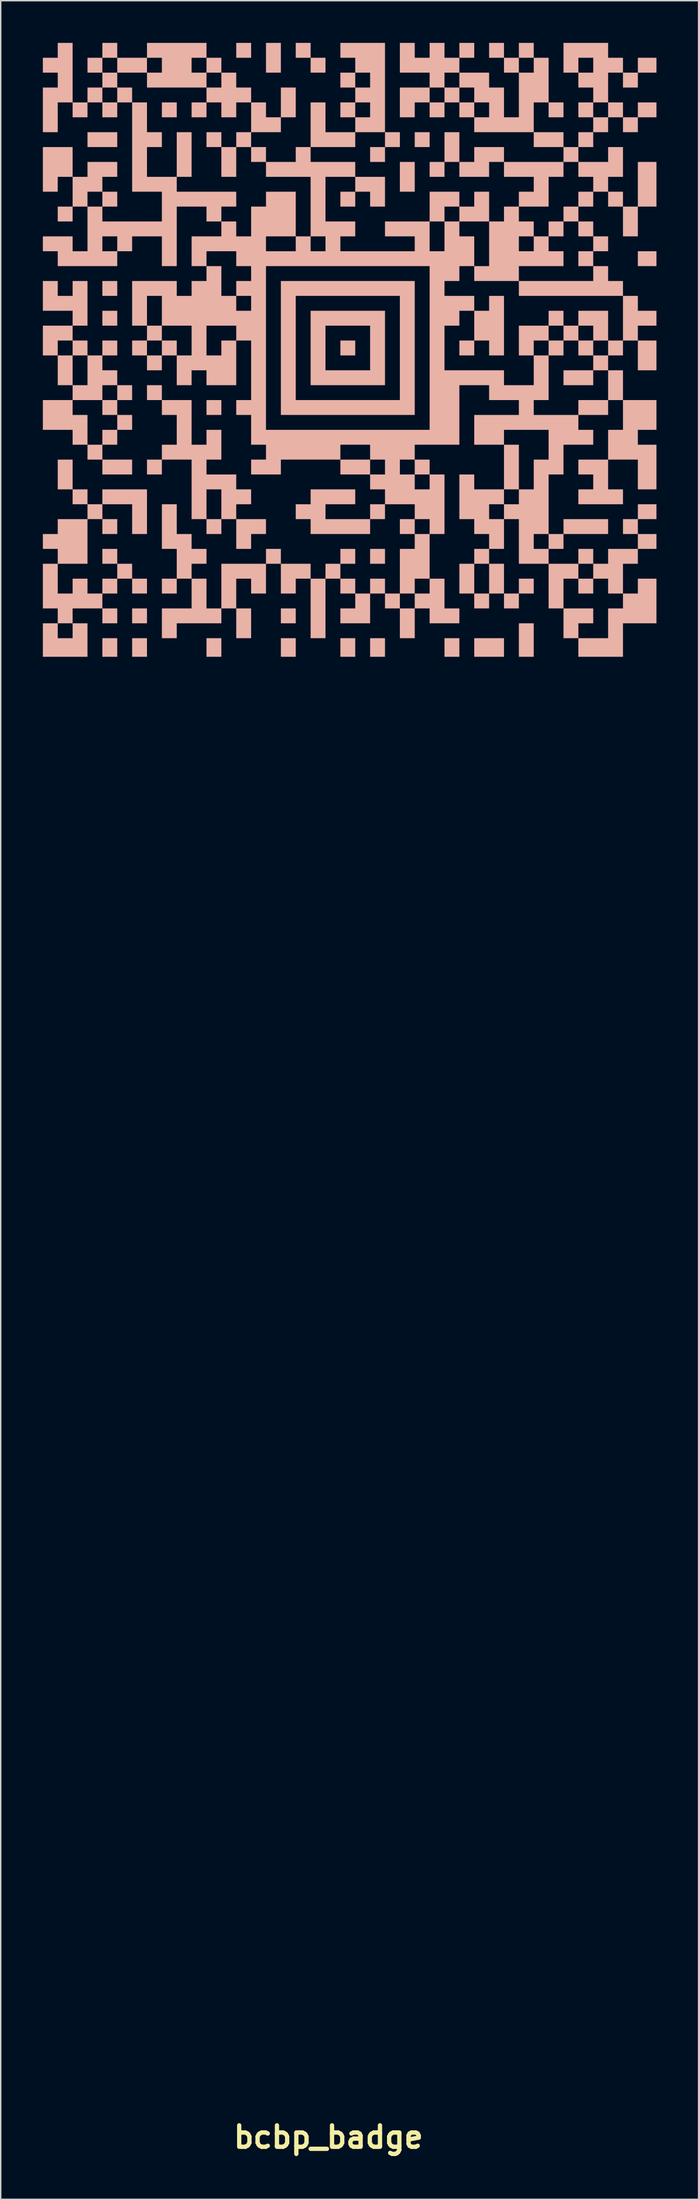
<source format=kicad_pcb>
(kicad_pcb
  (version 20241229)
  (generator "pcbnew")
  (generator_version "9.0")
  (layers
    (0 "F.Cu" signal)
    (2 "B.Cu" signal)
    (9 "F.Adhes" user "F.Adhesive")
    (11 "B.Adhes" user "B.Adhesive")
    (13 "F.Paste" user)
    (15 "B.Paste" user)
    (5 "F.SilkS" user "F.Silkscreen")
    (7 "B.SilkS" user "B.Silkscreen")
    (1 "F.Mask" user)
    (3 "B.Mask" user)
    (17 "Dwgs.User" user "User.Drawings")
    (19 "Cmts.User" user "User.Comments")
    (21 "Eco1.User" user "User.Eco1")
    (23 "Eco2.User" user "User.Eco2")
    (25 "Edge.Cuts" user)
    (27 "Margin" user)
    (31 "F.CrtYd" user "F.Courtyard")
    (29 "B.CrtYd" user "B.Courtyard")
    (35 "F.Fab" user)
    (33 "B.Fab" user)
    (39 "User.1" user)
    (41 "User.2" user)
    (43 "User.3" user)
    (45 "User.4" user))
  (footprint "bcbp_badge"
    (layer "F.Cu")
    (at 20.32 21.378)
    (property "Reference" "bcbp_badge" (at 0 127.545 0) (layer "F.SilkS") (effects (font (size 1.524 1.524) (thickness 0.305))))
    (attr exclude_from_pos_files exclude_from_bom)
    (fp_poly (pts (xy -16.087 -13.97) (xy -17.145 -13.97) (xy -17.145 -14.499) (xy -17.145 -15.028) (xy -16.087 -15.028) (xy -15.028 -15.028) (xy -15.028 -14.499) (xy -15.028 -13.97) (xy -16.087 -13.97)) (stroke (width 0) (type solid)) (fill yes) (layer "B.SilkS"))
    (fp_poly (pts (xy -15.557 -3.387) (xy -16.087 -3.387) (xy -16.087 -3.916) (xy -16.087 -4.445) (xy -15.557 -4.445) (xy -15.028 -4.445) (xy -15.028 -3.916) (xy -15.028 -3.387) (xy -15.557 -3.387)) (stroke (width 0) (type solid)) (fill yes) (layer "B.SilkS"))
    (fp_poly (pts (xy -15.557 -1.27) (xy -16.087 -1.27) (xy -16.087 -1.799) (xy -16.087 -2.328) (xy -15.557 -2.328) (xy -15.028 -2.328) (xy -15.028 -1.799) (xy -15.028 -1.27) (xy -15.557 -1.27)) (stroke (width 0) (type solid)) (fill yes) (layer "B.SilkS"))
    (fp_poly (pts (xy -15.557 22.278) (xy -16.087 22.278) (xy -16.087 21.616) (xy -16.087 20.955) (xy -15.557 20.955) (xy -15.028 20.955) (xy -15.028 21.616) (xy -15.028 22.278) (xy -15.557 22.278)) (stroke (width 0) (type solid)) (fill yes) (layer "B.SilkS"))
    (fp_poly (pts (xy -13.441 19.897) (xy -13.97 19.897) (xy -13.97 19.367) (xy -13.97 18.838) (xy -13.441 18.838) (xy -12.912 18.838) (xy -12.912 19.367) (xy -12.912 19.897) (xy -13.441 19.897)) (stroke (width 0) (type solid)) (fill yes) (layer "B.SilkS"))
    (fp_poly (pts (xy -13.441 22.278) (xy -13.97 22.278) (xy -13.97 21.616) (xy -13.97 20.955) (xy -13.441 20.955) (xy -12.912 20.955) (xy -12.912 21.616) (xy -12.912 22.278) (xy -13.441 22.278)) (stroke (width 0) (type solid)) (fill yes) (layer "B.SilkS"))
    (fp_poly (pts (xy -11.324 -16.087) (xy -11.853 -16.087) (xy -11.853 -16.616) (xy -11.853 -17.145) (xy -11.324 -17.145) (xy -10.795 -17.145) (xy -10.795 -16.616) (xy -10.795 -16.087) (xy -11.324 -16.087)) (stroke (width 0) (type solid)) (fill yes) (layer "B.SilkS"))
    (fp_poly (pts (xy -10.266 -11.853) (xy -10.795 -11.853) (xy -10.795 -13.441) (xy -10.795 -15.028) (xy -10.266 -15.028) (xy -9.737 -15.028) (xy -9.737 -13.441) (xy -9.737 -11.853) (xy -10.266 -11.853)) (stroke (width 0) (type solid)) (fill yes) (layer "B.SilkS"))
    (fp_poly (pts (xy -9.207 -16.087) (xy -9.737 -16.087) (xy -9.737 -16.616) (xy -9.737 -17.145) (xy -9.207 -17.145) (xy -8.678 -17.145) (xy -8.678 -16.616) (xy -8.678 -16.087) (xy -9.207 -16.087)) (stroke (width 0) (type solid)) (fill yes) (layer "B.SilkS"))
    (fp_poly (pts (xy -8.149 5.08) (xy -8.678 5.08) (xy -8.678 4.551) (xy -8.678 4.022) (xy -8.149 4.022) (xy -7.62 4.022) (xy -7.62 4.551) (xy -7.62 5.08) (xy -8.149 5.08)) (stroke (width 0) (type solid)) (fill yes) (layer "B.SilkS"))
    (fp_poly (pts (xy -8.149 22.278) (xy -8.678 22.278) (xy -8.678 21.616) (xy -8.678 20.955) (xy -8.149 20.955) (xy -7.62 20.955) (xy -7.62 21.616) (xy -7.62 22.278) (xy -8.149 22.278)) (stroke (width 0) (type solid)) (fill yes) (layer "B.SilkS"))
    (fp_poly (pts (xy -6.032 -20.32) (xy -6.562 -20.32) (xy -6.562 -20.849) (xy -6.562 -21.378) (xy -6.032 -21.378) (xy -5.503 -21.378) (xy -5.503 -20.849) (xy -5.503 -20.32) (xy -6.032 -20.32)) (stroke (width 0) (type solid)) (fill yes) (layer "B.SilkS"))
    (fp_poly (pts (xy -3.916 -19.262) (xy -4.445 -19.262) (xy -4.445 -20.32) (xy -4.445 -21.378) (xy -3.916 -21.378) (xy -3.387 -21.378) (xy -3.387 -20.32) (xy -3.387 -19.262) (xy -3.916 -19.262)) (stroke (width 0) (type solid)) (fill yes) (layer "B.SilkS"))
    (fp_poly (pts (xy -2.857 19.897) (xy -3.387 19.897) (xy -3.387 19.367) (xy -3.387 18.838) (xy -2.857 18.838) (xy -2.328 18.838) (xy -2.328 19.367) (xy -2.328 19.897) (xy -2.857 19.897)) (stroke (width 0) (type solid)) (fill yes) (layer "B.SilkS"))
    (fp_poly (pts (xy -2.857 22.278) (xy -3.387 22.278) (xy -3.387 21.616) (xy -3.387 20.955) (xy -2.857 20.955) (xy -2.328 20.955) (xy -2.328 21.616) (xy -2.328 22.278) (xy -2.857 22.278)) (stroke (width 0) (type solid)) (fill yes) (layer "B.SilkS"))
    (fp_poly (pts (xy 1.376 0.847) (xy 0.847 0.847) (xy 0.847 0.318) (xy 0.847 -0.212) (xy 1.376 -0.212) (xy 1.905 -0.212) (xy 1.905 0.318) (xy 1.905 0.847) (xy 1.376 0.847)) (stroke (width 0) (type solid)) (fill yes) (layer "B.SilkS"))
    (fp_poly (pts (xy 1.376 22.278) (xy 0.847 22.278) (xy 0.847 21.616) (xy 0.847 20.955) (xy 1.376 20.955) (xy 1.905 20.955) (xy 1.905 21.616) (xy 1.905 22.278) (xy 1.376 22.278)) (stroke (width 0) (type solid)) (fill yes) (layer "B.SilkS"))
    (fp_poly (pts (xy 3.493 15.663) (xy 2.963 15.663) (xy 2.963 15.134) (xy 2.963 14.605) (xy 3.493 14.605) (xy 4.022 14.605) (xy 4.022 15.134) (xy 4.022 15.663) (xy 3.493 15.663)) (stroke (width 0) (type solid)) (fill yes) (layer "B.SilkS"))
    (fp_poly (pts (xy 3.493 22.278) (xy 2.963 22.278) (xy 2.963 21.616) (xy 2.963 20.955) (xy 3.493 20.955) (xy 4.022 20.955) (xy 4.022 21.616) (xy 4.022 22.278) (xy 3.493 22.278)) (stroke (width 0) (type solid)) (fill yes) (layer "B.SilkS"))
    (fp_poly (pts (xy 5.609 -10.795) (xy 5.08 -10.795) (xy 5.08 -11.853) (xy 5.08 -12.912) (xy 5.609 -12.912) (xy 6.138 -12.912) (xy 6.138 -11.853) (xy 6.138 -10.795) (xy 5.609 -10.795)) (stroke (width 0) (type solid)) (fill yes) (layer "B.SilkS"))
    (fp_poly (pts (xy 6.668 -13.97) (xy 6.138 -13.97) (xy 6.138 -14.499) (xy 6.138 -15.028) (xy 6.668 -15.028) (xy 7.197 -15.028) (xy 7.197 -14.499) (xy 7.197 -13.97) (xy 6.668 -13.97)) (stroke (width 0) (type solid)) (fill yes) (layer "B.SilkS"))
    (fp_poly (pts (xy 8.784 22.278) (xy 8.255 22.278) (xy 8.255 21.616) (xy 8.255 20.955) (xy 8.784 20.955) (xy 9.313 20.955) (xy 9.313 21.616) (xy 9.313 22.278) (xy 8.784 22.278)) (stroke (width 0) (type solid)) (fill yes) (layer "B.SilkS"))
    (fp_poly (pts (xy 11.43 22.278) (xy 10.372 22.278) (xy 10.372 21.616) (xy 10.372 20.955) (xy 11.43 20.955) (xy 12.488 20.955) (xy 12.488 21.616) (xy 12.488 22.278) (xy 11.43 22.278)) (stroke (width 0) (type solid)) (fill yes) (layer "B.SilkS"))
    (fp_poly (pts (xy 14.076 22.278) (xy 13.547 22.278) (xy 13.547 21.087) (xy 13.547 19.897) (xy 14.076 19.897) (xy 14.605 19.897) (xy 14.605 21.087) (xy 14.605 22.278) (xy 14.076 22.278)) (stroke (width 0) (type solid)) (fill yes) (layer "B.SilkS"))
    (fp_poly (pts (xy 16.193 -7.62) (xy 15.663 -7.62) (xy 15.663 -8.149) (xy 15.663 -8.678) (xy 16.193 -8.678) (xy 16.722 -8.678) (xy 16.722 -8.149) (xy 16.722 -7.62) (xy 16.193 -7.62)) (stroke (width 0) (type solid)) (fill yes) (layer "B.SilkS"))
    (fp_poly (pts (xy 17.78 2.963) (xy 16.722 2.963) (xy 16.722 2.434) (xy 16.722 1.905) (xy 17.78 1.905) (xy 18.838 1.905) (xy 18.838 2.434) (xy 18.838 2.963) (xy 17.78 2.963)) (stroke (width 0) (type solid)) (fill yes) (layer "B.SilkS"))
    (fp_poly (pts (xy 18.309 17.78) (xy 17.78 17.78) (xy 17.78 17.251) (xy 17.78 16.722) (xy 18.309 16.722) (xy 18.838 16.722) (xy 18.838 17.251) (xy 18.838 17.78) (xy 18.309 17.78)) (stroke (width 0) (type solid)) (fill yes) (layer "B.SilkS"))
    (fp_poly (pts (xy 22.675 -5.503) (xy 22.013 -5.503) (xy 22.013 -6.032) (xy 22.013 -6.562) (xy 22.675 -6.562) (xy 23.336 -6.562) (xy 23.336 -6.032) (xy 23.336 -5.503) (xy 22.675 -5.503)) (stroke (width 0) (type solid)) (fill yes) (layer "B.SilkS"))
    (fp_poly (pts (xy -7.091 -11.853) (xy -7.62 -11.853) (xy -7.62 -12.912) (xy -7.62 -13.97) (xy -8.149 -13.97) (xy -8.678 -13.97) (xy -8.678 -14.499) (xy -8.678 -15.028) (xy -8.149 -15.028) (xy -7.62 -15.028) (xy -7.62 -14.499) (xy -7.62 -13.97) (xy -7.091 -13.97) (xy -6.562 -13.97) (xy -6.562 -12.912) (xy -6.562 -11.853) (xy -7.091 -11.853)) (stroke (width 0) (type solid)) (fill yes) (layer "B.SilkS"))
    (fp_poly (pts (xy -0.741 -19.262) (xy -1.27 -19.262) (xy -1.27 -19.791) (xy -1.27 -20.32) (xy -1.799 -20.32) (xy -2.328 -20.32) (xy -2.328 -20.849) (xy -2.328 -21.378) (xy -1.799 -21.378) (xy -1.27 -21.378) (xy -1.27 -20.849) (xy -1.27 -20.32) (xy -0.741 -20.32) (xy -0.212 -20.32) (xy -0.212 -19.791) (xy -0.212 -19.262) (xy -0.741 -19.262)) (stroke (width 0) (type solid)) (fill yes) (layer "B.SilkS"))
    (fp_poly (pts (xy 1.376 2.963) (xy 1.376 1.905) (xy 2.963 1.905) (xy 2.963 0.318) (xy 2.963 -1.27) (xy 1.376 -1.27) (xy -0.212 -1.27) (xy -0.212 0.318) (xy -0.212 1.905) (xy 1.376 1.905) (xy 1.376 2.963) (xy -1.27 2.963) (xy -1.27 0.318) (xy -1.27 -2.328) (xy 1.376 -2.328) (xy 4.022 -2.328) (xy 4.022 0.318) (xy 4.022 2.963) (xy 1.376 2.963)) (stroke (width 0) (type solid)) (fill yes) (layer "B.SilkS"))
    (fp_poly (pts (xy 1.376 5.08) (xy 1.376 4.022) (xy 5.08 4.022) (xy 5.08 0.318) (xy 5.08 -3.387) (xy 1.376 -3.387) (xy -2.328 -3.387) (xy -2.328 0.318) (xy -2.328 4.022) (xy 1.376 4.022) (xy 1.376 5.08) (xy -3.387 5.08) (xy -3.387 0.318) (xy -3.387 -4.445) (xy 1.376 -4.445) (xy 6.138 -4.445) (xy 6.138 0.318) (xy 6.138 5.08) (xy 1.376 5.08)) (stroke (width 0) (type solid)) (fill yes) (layer "B.SilkS"))
    (fp_poly (pts (xy 9.843 0.847) (xy 9.313 0.847) (xy 9.313 0.318) (xy 9.313 -0.212) (xy 9.843 -0.212) (xy 10.372 -0.212) (xy 10.372 -1.27) (xy 10.372 -2.328) (xy 10.901 -2.328) (xy 11.43 -2.328) (xy 11.43 -2.857) (xy 11.43 -3.387) (xy 11.959 -3.387) (xy 12.488 -3.387) (xy 12.488 -1.27) (xy 12.488 0.847) (xy 11.959 0.847) (xy 11.43 0.847) (xy 11.43 0.318) (xy 11.43 -0.212) (xy 10.901 -0.212) (xy 10.372 -0.212) (xy 10.372 0.318) (xy 10.372 0.847) (xy 9.843 0.847)) (stroke (width 0) (type solid)) (fill yes) (layer "B.SilkS"))
    (fp_poly (pts (xy 14.076 0.847) (xy 13.547 0.847) (xy 13.547 -0.212) (xy 13.547 -1.27) (xy 14.605 -1.27) (xy 15.663 -1.27) (xy 15.663 -1.799) (xy 15.663 -2.328) (xy 16.193 -2.328) (xy 16.722 -2.328) (xy 16.722 -1.799) (xy 16.722 -1.27) (xy 17.251 -1.27) (xy 17.78 -1.27) (xy 17.78 -1.799) (xy 17.78 -2.328) (xy 18.838 -2.328) (xy 19.897 -2.328) (xy 19.897 -1.27) (xy 19.897 -0.212) (xy 19.368 -0.212) (xy 18.838 -0.212) (xy 18.838 0.318) (xy 18.838 0.847) (xy 18.309 0.847) (xy 18.309 -0.212) (xy 18.838 -0.212) (xy 18.838 -0.741) (xy 18.838 -1.27) (xy 18.309 -1.27) (xy 17.78 -1.27) (xy 17.78 -0.741) (xy 17.78 -0.212) (xy 18.309 -0.212) (xy 18.309 0.847) (xy 17.78 0.847) (xy 17.78 0.318) (xy 17.78 -0.212) (xy 17.251 -0.212) (xy 16.722 -0.212) (xy 16.722 0.318) (xy 16.722 0.847) (xy 16.193 0.847) (xy 16.193 -0.212) (xy 16.722 -0.212) (xy 16.722 -0.741) (xy 16.722 -1.27) (xy 16.193 -1.27) (xy 15.663 -1.27) (xy 15.663 -0.741) (xy 15.663 -0.212) (xy 16.193 -0.212) (xy 16.193 0.847) (xy 15.663 0.847) (xy 15.663 0.318) (xy 15.663 -0.212) (xy 15.134 -0.212) (xy 14.605 -0.212) (xy 14.605 0.318) (xy 14.605 0.847) (xy 14.076 0.847)) (stroke (width 0) (type solid)) (fill yes) (layer "B.SilkS"))
    (fp_poly (pts (xy -6.032 14.605) (xy -6.562 14.605) (xy -6.562 13.547) (xy -6.562 12.488) (xy -7.091 12.488) (xy -7.62 12.488) (xy -7.62 13.018) (xy -7.62 13.547) (xy -8.149 13.547) (xy -8.149 12.488) (xy -7.62 12.488) (xy -7.62 11.43) (xy -7.62 10.372) (xy -8.149 10.372) (xy -8.678 10.372) (xy -8.678 11.43) (xy -8.678 12.488) (xy -8.149 12.488) (xy -8.149 13.547) (xy -8.678 13.547) (xy -8.678 13.018) (xy -8.678 12.488) (xy -9.207 12.488) (xy -9.737 12.488) (xy -9.737 10.372) (xy -9.737 8.255) (xy -10.795 8.255) (xy -11.853 8.255) (xy -11.853 8.784) (xy -11.853 9.313) (xy -12.382 9.313) (xy -12.912 9.313) (xy -12.912 8.784) (xy -12.912 8.255) (xy -12.382 8.255) (xy -11.853 8.255) (xy -11.853 7.726) (xy -11.853 7.197) (xy -11.324 7.197) (xy -10.795 7.197) (xy -10.795 6.138) (xy -10.795 5.08) (xy -11.324 5.08) (xy -11.853 5.08) (xy -11.853 4.551) (xy -11.853 4.022) (xy -12.382 4.022) (xy -12.912 4.022) (xy -12.912 3.493) (xy -12.912 2.963) (xy -12.382 2.963) (xy -11.853 2.963) (xy -11.853 3.493) (xy -11.853 4.022) (xy -10.795 4.022) (xy -9.737 4.022) (xy -9.737 5.609) (xy -9.737 7.197) (xy -9.207 7.197) (xy -8.678 7.197) (xy -8.678 6.668) (xy -8.678 6.138) (xy -8.149 6.138) (xy -7.62 6.138) (xy -7.62 7.197) (xy -7.62 8.255) (xy -8.149 8.255) (xy -8.678 8.255) (xy -8.678 8.784) (xy -8.678 9.313) (xy -7.62 9.313) (xy -6.562 9.313) (xy -6.562 9.842) (xy -6.562 10.372) (xy -6.032 10.372) (xy -5.503 10.372) (xy -5.503 10.901) (xy -5.503 11.43) (xy -6.032 11.43) (xy -6.562 11.43) (xy -6.562 11.959) (xy -6.562 12.488) (xy -5.503 12.488) (xy -4.445 12.488) (xy -4.445 13.018) (xy -4.445 13.547) (xy -4.974 13.547) (xy -5.503 13.547) (xy -5.503 14.076) (xy -5.503 14.605) (xy -6.032 14.605)) (stroke (width 0) (type solid)) (fill yes) (layer "B.SilkS"))
    (fp_poly (pts (xy -15.028 9.313) (xy -16.087 9.313) (xy -16.087 8.784) (xy -16.087 8.255) (xy -16.616 8.255) (xy -17.145 8.255) (xy -17.145 7.726) (xy -17.145 7.197) (xy -16.616 7.197) (xy -16.087 7.197) (xy -16.087 6.668) (xy -16.087 6.138) (xy -15.557 6.138) (xy -15.028 6.138) (xy -15.028 5.609) (xy -15.028 5.08) (xy -15.557 5.08) (xy -16.087 5.08) (xy -16.087 4.551) (xy -16.087 4.022) (xy -15.557 4.022) (xy -15.028 4.022) (xy -15.028 3.493) (xy -15.028 2.963) (xy -15.557 2.963) (xy -16.087 2.963) (xy -16.087 3.493) (xy -16.087 4.022) (xy -17.145 4.022) (xy -17.674 4.022) (xy -17.674 2.963) (xy -17.145 2.963) (xy -17.145 1.905) (xy -17.145 0.847) (xy -17.674 0.847) (xy -18.203 0.847) (xy -18.203 0.318) (xy -18.203 -0.212) (xy -18.733 -0.212) (xy -19.262 -0.212) (xy -19.262 0.318) (xy -19.262 0.847) (xy -18.733 0.847) (xy -18.203 0.847) (xy -18.203 1.905) (xy -18.203 2.963) (xy -17.674 2.963) (xy -17.674 4.022) (xy -18.203 4.022) (xy -18.203 4.551) (xy -18.203 5.08) (xy -17.674 5.08) (xy -17.145 5.08) (xy -17.145 6.138) (xy -17.145 7.197) (xy -17.674 7.197) (xy -18.203 7.197) (xy -18.203 6.668) (xy -18.203 6.138) (xy -19.262 6.138) (xy -20.32 6.138) (xy -20.32 5.08) (xy -20.32 4.022) (xy -19.262 4.022) (xy -18.203 4.022) (xy -18.203 3.493) (xy -18.203 2.963) (xy -18.733 2.963) (xy -19.262 2.963) (xy -19.262 1.905) (xy -19.262 0.847) (xy -19.791 0.847) (xy -20.32 0.847) (xy -20.32 -0.212) (xy -20.32 -1.27) (xy -19.262 -1.27) (xy -18.203 -1.27) (xy -18.203 -1.799) (xy -18.203 -2.328) (xy -19.262 -2.328) (xy -20.32 -2.328) (xy -20.32 -3.387) (xy -20.32 -4.445) (xy -19.791 -4.445) (xy -19.262 -4.445) (xy -19.262 -3.916) (xy -19.262 -3.387) (xy -18.733 -3.387) (xy -18.203 -3.387) (xy -18.203 -3.916) (xy -18.203 -4.445) (xy -17.674 -4.445) (xy -17.145 -4.445) (xy -17.145 -2.857) (xy -17.145 -1.27) (xy -17.674 -1.27) (xy -18.203 -1.27) (xy -18.203 -0.741) (xy -18.203 -0.212) (xy -17.674 -0.212) (xy -17.145 -0.212) (xy -17.145 0.318) (xy -17.145 0.847) (xy -16.616 0.847) (xy -16.087 0.847) (xy -16.087 0.318) (xy -16.087 -0.212) (xy -15.557 -0.212) (xy -15.028 -0.212) (xy -15.028 0.318) (xy -15.028 0.847) (xy -15.557 0.847) (xy -16.087 0.847) (xy -16.087 1.376) (xy -16.087 1.905) (xy -15.557 1.905) (xy -15.028 1.905) (xy -15.028 2.434) (xy -15.028 2.963) (xy -14.499 2.963) (xy -13.97 2.963) (xy -13.97 3.493) (xy -13.97 4.022) (xy -14.499 4.022) (xy -15.028 4.022) (xy -15.028 4.551) (xy -15.028 5.08) (xy -14.499 5.08) (xy -13.97 5.08) (xy -13.97 5.609) (xy -13.97 6.138) (xy -14.499 6.138) (xy -15.028 6.138) (xy -15.028 6.668) (xy -15.028 7.197) (xy -15.557 7.197) (xy -16.087 7.197) (xy -16.087 7.726) (xy -16.087 8.255) (xy -15.028 8.255) (xy -13.97 8.255) (xy -13.97 8.784) (xy -13.97 9.313) (xy -15.028 9.313)) (stroke (width 0) (type solid)) (fill yes) (layer "B.SilkS"))
    (fp_poly (pts (xy -18.733 22.278) (xy -18.733 20.955) (xy -18.203 20.955) (xy -18.203 20.426) (xy -18.203 19.897) (xy -18.733 19.897) (xy -19.262 19.897) (xy -19.262 20.426) (xy -19.262 20.955) (xy -18.733 20.955) (xy -18.733 22.278) (xy -20.32 22.278) (xy -20.32 21.087) (xy -20.32 19.897) (xy -19.791 19.897) (xy -19.262 19.897) (xy -19.262 19.367) (xy -19.262 18.838) (xy -19.791 18.838) (xy -20.32 18.838) (xy -20.32 17.251) (xy -20.32 15.663) (xy -19.791 15.663) (xy -19.262 15.663) (xy -19.262 15.134) (xy -19.262 14.605) (xy -19.791 14.605) (xy -20.32 14.605) (xy -20.32 14.076) (xy -20.32 13.547) (xy -19.791 13.547) (xy -19.262 13.547) (xy -19.262 13.018) (xy -19.262 12.488) (xy -18.203 12.488) (xy -17.145 12.488) (xy -17.145 11.959) (xy -17.145 11.43) (xy -17.674 11.43) (xy -18.203 11.43) (xy -18.203 10.901) (xy -18.203 10.372) (xy -18.733 10.372) (xy -19.262 10.372) (xy -19.262 9.313) (xy -19.262 8.255) (xy -18.733 8.255) (xy -18.203 8.255) (xy -18.203 9.313) (xy -18.203 10.372) (xy -17.674 10.372) (xy -17.145 10.372) (xy -17.145 10.901) (xy -17.145 11.43) (xy -16.616 11.43) (xy -16.087 11.43) (xy -16.087 10.901) (xy -16.087 10.372) (xy -14.499 10.372) (xy -12.912 10.372) (xy -12.912 11.959) (xy -12.912 13.547) (xy -13.441 13.547) (xy -13.97 13.547) (xy -13.97 12.488) (xy -13.97 11.43) (xy -15.028 11.43) (xy -16.087 11.43) (xy -16.087 11.959) (xy -16.087 12.488) (xy -15.557 12.488) (xy -15.028 12.488) (xy -15.028 13.018) (xy -15.028 13.547) (xy -15.557 13.547) (xy -16.087 13.547) (xy -16.087 13.018) (xy -16.087 12.488) (xy -16.616 12.488) (xy -17.145 12.488) (xy -17.145 14.076) (xy -17.145 15.663) (xy -18.203 15.663) (xy -19.262 15.663) (xy -19.262 16.722) (xy -19.262 17.78) (xy -18.733 17.78) (xy -18.203 17.78) (xy -18.203 17.251) (xy -18.203 16.722) (xy -17.674 16.722) (xy -17.145 16.722) (xy -17.145 17.251) (xy -17.145 17.78) (xy -16.616 17.78) (xy -16.087 17.78) (xy -16.087 17.251) (xy -16.087 16.722) (xy -15.557 16.722) (xy -15.028 16.722) (xy -15.028 16.192) (xy -15.028 15.663) (xy -15.557 15.663) (xy -16.087 15.663) (xy -16.087 15.134) (xy -16.087 14.605) (xy -15.557 14.605) (xy -15.028 14.605) (xy -15.028 15.134) (xy -15.028 15.663) (xy -14.499 15.663) (xy -13.97 15.663) (xy -13.97 16.192) (xy -13.97 16.722) (xy -13.441 16.722) (xy -12.912 16.722) (xy -12.912 17.251) (xy -12.912 17.78) (xy -13.441 17.78) (xy -13.97 17.78) (xy -13.97 17.251) (xy -13.97 16.722) (xy -14.499 16.722) (xy -15.028 16.722) (xy -15.028 17.251) (xy -15.028 17.78) (xy -15.557 17.78) (xy -16.087 17.78) (xy -16.087 18.309) (xy -16.087 18.838) (xy -15.557 18.838) (xy -15.028 18.838) (xy -15.028 19.367) (xy -15.028 19.897) (xy -15.557 19.897) (xy -16.087 19.897) (xy -16.087 19.367) (xy -16.087 18.838) (xy -17.145 18.838) (xy -18.203 18.838) (xy -18.203 19.367) (xy -18.203 19.897) (xy -17.674 19.897) (xy -17.145 19.897) (xy -17.145 21.087) (xy -17.145 22.278) (xy -18.733 22.278)) (stroke (width 0) (type solid)) (fill yes) (layer "B.SilkS"))
    (fp_poly (pts (xy 19.368 22.278) (xy 18.838 22.278) (xy 18.838 20.955) (xy 19.897 20.955) (xy 19.897 19.897) (xy 19.897 18.838) (xy 20.426 18.838) (xy 20.955 18.838) (xy 20.955 18.309) (xy 20.955 17.78) (xy 20.426 17.78) (xy 19.897 17.78) (xy 19.897 17.251) (xy 19.897 16.722) (xy 19.368 16.722) (xy 18.838 16.722) (xy 18.838 16.192) (xy 18.838 15.663) (xy 18.309 15.663) (xy 17.78 15.663) (xy 17.78 16.192) (xy 17.78 16.722) (xy 17.251 16.722) (xy 16.722 16.722) (xy 16.722 17.78) (xy 16.722 18.838) (xy 17.78 18.838) (xy 18.838 18.838) (xy 18.838 19.367) (xy 18.838 19.897) (xy 18.309 19.897) (xy 17.78 19.897) (xy 17.78 20.426) (xy 17.78 20.955) (xy 18.838 20.955) (xy 18.838 22.278) (xy 17.78 22.278) (xy 17.78 21.616) (xy 17.78 20.955) (xy 17.251 20.955) (xy 16.722 20.955) (xy 16.722 19.897) (xy 16.722 18.838) (xy 16.193 18.838) (xy 15.663 18.838) (xy 15.663 17.251) (xy 15.663 15.663) (xy 15.134 15.663) (xy 15.134 14.605) (xy 15.663 14.605) (xy 15.663 14.076) (xy 15.663 13.547) (xy 15.134 13.547) (xy 14.605 13.547) (xy 14.605 14.076) (xy 14.605 14.605) (xy 15.134 14.605) (xy 15.134 15.663) (xy 14.605 15.663) (xy 13.547 15.663) (xy 13.547 14.076) (xy 13.547 12.488) (xy 13.018 12.488) (xy 12.488 12.488) (xy 12.488 13.547) (xy 12.488 14.605) (xy 11.959 14.605) (xy 11.959 12.488) (xy 12.488 12.488) (xy 12.488 11.959) (xy 12.488 11.43) (xy 13.018 11.43) (xy 13.547 11.43) (xy 13.547 10.901) (xy 13.547 10.372) (xy 14.076 10.372) (xy 14.605 10.372) (xy 14.605 9.313) (xy 14.605 8.255) (xy 15.134 8.255) (xy 15.663 8.255) (xy 15.663 7.197) (xy 15.663 6.138) (xy 14.076 6.138) (xy 12.488 6.138) (xy 12.488 6.668) (xy 12.488 7.197) (xy 13.018 7.197) (xy 13.547 7.197) (xy 13.547 8.784) (xy 13.547 10.372) (xy 13.018 10.372) (xy 12.488 10.372) (xy 12.488 10.901) (xy 12.488 11.43) (xy 11.959 11.43) (xy 11.43 11.43) (xy 11.43 11.959) (xy 11.43 12.488) (xy 11.959 12.488) (xy 11.959 14.605) (xy 11.43 14.605) (xy 11.43 15.134) (xy 11.43 15.663) (xy 11.959 15.663) (xy 12.488 15.663) (xy 12.488 16.722) (xy 12.488 17.78) (xy 13.018 17.78) (xy 13.547 17.78) (xy 13.547 17.251) (xy 13.547 16.722) (xy 14.076 16.722) (xy 14.605 16.722) (xy 14.605 17.251) (xy 14.605 17.78) (xy 14.076 17.78) (xy 13.547 17.78) (xy 13.547 18.309) (xy 13.547 18.838) (xy 13.018 18.838) (xy 12.488 18.838) (xy 12.488 18.309) (xy 12.488 17.78) (xy 11.959 17.78) (xy 11.43 17.78) (xy 11.43 18.309) (xy 11.43 18.838) (xy 10.901 18.838) (xy 10.901 17.78) (xy 11.43 17.78) (xy 11.43 16.722) (xy 11.43 15.663) (xy 10.901 15.663) (xy 10.372 15.663) (xy 10.372 16.722) (xy 10.372 17.78) (xy 10.901 17.78) (xy 10.901 18.838) (xy 10.372 18.838) (xy 10.372 18.309) (xy 10.372 17.78) (xy 9.843 17.78) (xy 9.313 17.78) (xy 9.313 16.722) (xy 9.313 15.663) (xy 9.843 15.663) (xy 10.372 15.663) (xy 10.372 15.134) (xy 10.372 14.605) (xy 10.901 14.605) (xy 11.43 14.605) (xy 11.43 14.076) (xy 11.43 13.547) (xy 10.901 13.547) (xy 10.372 13.547) (xy 10.372 13.018) (xy 10.372 12.488) (xy 9.843 12.488) (xy 9.313 12.488) (xy 9.313 10.901) (xy 9.313 9.313) (xy 9.843 9.313) (xy 10.372 9.313) (xy 10.372 9.842) (xy 10.372 10.372) (xy 11.43 10.372) (xy 12.488 10.372) (xy 12.488 8.784) (xy 12.488 7.197) (xy 11.43 7.197) (xy 10.372 7.197) (xy 10.372 6.138) (xy 10.372 5.08) (xy 11.959 5.08) (xy 13.547 5.08) (xy 13.547 4.551) (xy 13.547 4.022) (xy 12.488 4.022) (xy 11.43 4.022) (xy 11.43 3.493) (xy 11.43 2.963) (xy 10.372 2.963) (xy 9.313 2.963) (xy 9.313 5.08) (xy 9.313 7.197) (xy 7.726 7.197) (xy 6.138 7.197) (xy 6.138 7.726) (xy 6.138 8.255) (xy 6.668 8.255) (xy 7.197 8.255) (xy 7.197 8.784) (xy 7.197 9.313) (xy 7.726 9.313) (xy 8.255 9.313) (xy 8.255 11.43) (xy 8.255 13.547) (xy 7.726 13.547) (xy 7.197 13.547) (xy 7.197 15.134) (xy 7.197 16.722) (xy 7.726 16.722) (xy 8.255 16.722) (xy 8.255 17.78) (xy 8.255 18.838) (xy 8.784 18.838) (xy 9.313 18.838) (xy 9.313 19.367) (xy 9.313 19.897) (xy 8.255 19.897) (xy 7.197 19.897) (xy 7.197 19.367) (xy 7.197 18.838) (xy 6.668 18.838) (xy 6.138 18.838) (xy 6.138 19.897) (xy 6.138 20.955) (xy 5.609 20.955) (xy 5.609 18.838) (xy 6.138 18.838) (xy 6.138 18.309) (xy 6.138 17.78) (xy 6.668 17.78) (xy 7.197 17.78) (xy 7.197 17.251) (xy 7.197 16.722) (xy 6.668 16.722) (xy 6.668 13.547) (xy 7.197 13.547) (xy 7.197 13.018) (xy 7.197 12.488) (xy 6.668 12.488) (xy 6.668 10.372) (xy 7.197 10.372) (xy 7.197 9.842) (xy 7.197 9.313) (xy 6.668 9.313) (xy 6.138 9.313) (xy 6.138 8.784) (xy 6.138 8.255) (xy 5.609 8.255) (xy 5.08 8.255) (xy 5.08 8.784) (xy 5.08 9.313) (xy 5.609 9.313) (xy 6.138 9.313) (xy 6.138 9.842) (xy 6.138 10.372) (xy 6.668 10.372) (xy 6.668 12.488) (xy 6.138 12.488) (xy 6.138 13.018) (xy 6.138 13.547) (xy 6.668 13.547) (xy 6.668 16.722) (xy 6.138 16.722) (xy 6.138 17.251) (xy 6.138 17.78) (xy 5.609 17.78) (xy 5.08 17.78) (xy 5.08 18.309) (xy 5.08 18.838) (xy 5.609 18.838) (xy 5.609 20.955) (xy 5.08 20.955) (xy 5.08 19.897) (xy 5.08 18.838) (xy 4.551 18.838) (xy 4.022 18.838) (xy 4.022 18.309) (xy 4.022 17.78) (xy 3.493 17.78) (xy 2.963 17.78) (xy 2.963 18.838) (xy 2.963 19.897) (xy 1.905 19.897) (xy 0.847 19.897) (xy 0.847 19.367) (xy 0.847 18.838) (xy 1.376 18.838) (xy 1.905 18.838) (xy 1.905 18.309) (xy 1.905 17.78) (xy 1.376 17.78) (xy 0.847 17.78) (xy 0.847 17.251) (xy 0.847 16.722) (xy 0.318 16.722) (xy -0.212 16.722) (xy -0.212 18.838) (xy -0.212 20.955) (xy -0.741 20.955) (xy -1.27 20.955) (xy -1.27 18.838) (xy -1.27 16.722) (xy -1.799 16.722) (xy -2.328 16.722) (xy -2.328 17.251) (xy -2.328 17.78) (xy -2.857 17.78) (xy -3.387 17.78) (xy -3.387 16.722) (xy -3.387 15.663) (xy -3.916 15.663) (xy -4.445 15.663) (xy -4.445 16.722) (xy -4.445 17.78) (xy -4.974 17.78) (xy -5.503 17.78) (xy -5.503 17.251) (xy -5.503 16.722) (xy -6.032 16.722) (xy -6.562 16.722) (xy -6.562 17.78) (xy -6.562 18.838) (xy -6.032 18.838) (xy -5.503 18.838) (xy -5.503 19.897) (xy -5.503 20.955) (xy -6.032 20.955) (xy -6.562 20.955) (xy -6.562 19.897) (xy -6.562 18.838) (xy -7.091 18.838) (xy -7.62 18.838) (xy -7.62 19.367) (xy -7.62 19.897) (xy -9.207 19.897) (xy -10.795 19.897) (xy -10.795 20.426) (xy -10.795 20.955) (xy -11.324 20.955) (xy -11.853 20.955) (xy -11.853 19.897) (xy -11.853 18.838) (xy -10.795 18.838) (xy -9.737 18.838) (xy -9.737 17.78) (xy -9.737 16.722) (xy -10.266 16.722) (xy -10.795 16.722) (xy -10.795 17.251) (xy -10.795 17.78) (xy -11.324 17.78) (xy -11.853 17.78) (xy -11.853 17.251) (xy -11.853 16.722) (xy -11.324 16.722) (xy -10.795 16.722) (xy -10.795 15.663) (xy -10.795 14.605) (xy -11.324 14.605) (xy -11.853 14.605) (xy -11.853 13.018) (xy -11.853 11.43) (xy -11.324 11.43) (xy -10.795 11.43) (xy -10.795 12.488) (xy -10.795 13.547) (xy -10.266 13.547) (xy -9.737 13.547) (xy -9.737 14.076) (xy -9.737 14.605) (xy -9.207 14.605) (xy -8.678 14.605) (xy -8.678 15.134) (xy -8.678 15.663) (xy -9.207 15.663) (xy -9.737 15.663) (xy -9.737 16.192) (xy -9.737 16.722) (xy -9.207 16.722) (xy -8.678 16.722) (xy -8.678 17.78) (xy -8.678 18.838) (xy -8.149 18.838) (xy -7.62 18.838) (xy -7.62 17.251) (xy -7.62 15.663) (xy -6.032 15.663) (xy -4.445 15.663) (xy -4.445 15.134) (xy -4.445 14.605) (xy -3.916 14.605) (xy -3.387 14.605) (xy -3.387 15.134) (xy -3.387 15.663) (xy -2.328 15.663) (xy -1.27 15.663) (xy -1.27 16.192) (xy -1.27 16.722) (xy -0.741 16.722) (xy -0.212 16.722) (xy -0.212 16.192) (xy -0.212 15.663) (xy 0.318 15.663) (xy 0.847 15.663) (xy 0.847 15.134) (xy 0.847 14.605) (xy 1.376 14.605) (xy 1.905 14.605) (xy 1.905 15.134) (xy 1.905 15.663) (xy 1.376 15.663) (xy 0.847 15.663) (xy 0.847 16.192) (xy 0.847 16.722) (xy 1.376 16.722) (xy 1.905 16.722) (xy 1.905 17.251) (xy 1.905 17.78) (xy 2.434 17.78) (xy 2.963 17.78) (xy 2.963 17.251) (xy 2.963 16.722) (xy 3.493 16.722) (xy 4.022 16.722) (xy 4.022 17.251) (xy 4.022 17.78) (xy 4.551 17.78) (xy 5.08 17.78) (xy 5.08 16.192) (xy 5.08 14.605) (xy 5.609 14.605) (xy 6.138 14.605) (xy 6.138 14.076) (xy 6.138 13.547) (xy 5.609 13.547) (xy 5.08 13.547) (xy 5.08 13.018) (xy 5.08 12.488) (xy 5.609 12.488) (xy 6.138 12.488) (xy 6.138 11.959) (xy 6.138 11.43) (xy 5.08 11.43) (xy 4.022 11.43) (xy 4.022 11.959) (xy 4.022 12.488) (xy 3.493 12.488) (xy 2.963 12.488) (xy 2.963 13.018) (xy 2.963 13.547) (xy 0.847 13.547) (xy -1.27 13.547) (xy -1.27 13.018) (xy -1.27 12.488) (xy -1.799 12.488) (xy -2.328 12.488) (xy -2.328 11.959) (xy -2.328 11.43) (xy -1.799 11.43) (xy -1.27 11.43) (xy -1.27 10.901) (xy -1.27 10.372) (xy 0.318 10.372) (xy 1.905 10.372) (xy 1.905 10.901) (xy 1.905 11.43) (xy 0.847 11.43) (xy -0.212 11.43) (xy -0.212 11.959) (xy -0.212 12.488) (xy 1.376 12.488) (xy 2.963 12.488) (xy 2.963 11.959) (xy 2.963 11.43) (xy 3.493 11.43) (xy 4.022 11.43) (xy 4.022 10.901) (xy 4.022 10.372) (xy 3.493 10.372) (xy 3.493 9.313) (xy 4.022 9.313) (xy 4.022 8.784) (xy 4.022 8.255) (xy 3.493 8.255) (xy 2.963 8.255) (xy 2.963 7.726) (xy 2.963 7.197) (xy 1.905 7.197) (xy 1.376 7.197) (xy 1.376 6.138) (xy 7.197 6.138) (xy 7.197 0.318) (xy 7.197 -5.503) (xy 1.376 -5.503) (xy -4.445 -5.503) (xy -4.445 0.318) (xy -4.445 6.138) (xy 1.376 6.138) (xy 1.376 7.197) (xy 0.847 7.197) (xy 0.847 7.726) (xy 0.847 8.255) (xy 1.905 8.255) (xy 2.963 8.255) (xy 2.963 8.784) (xy 2.963 9.313) (xy 3.493 9.313) (xy 3.493 10.372) (xy 2.963 10.372) (xy 2.963 9.842) (xy 2.963 9.313) (xy 1.905 9.313) (xy 0.847 9.313) (xy 0.847 8.784) (xy 0.847 8.255) (xy -1.27 8.255) (xy -3.387 8.255) (xy -3.387 8.784) (xy -3.387 9.313) (xy -4.445 9.313) (xy -5.503 9.313) (xy -5.503 8.784) (xy -5.503 8.255) (xy -4.974 8.255) (xy -4.445 8.255) (xy -4.445 7.726) (xy -4.445 7.197) (xy -4.445 -6.562) (xy -3.387 -6.562) (xy -2.328 -6.562) (xy -2.328 -7.091) (xy -2.328 -7.62) (xy -1.799 -7.62) (xy -1.27 -7.62) (xy -1.27 -7.091) (xy -1.27 -6.562) (xy -0.741 -6.562) (xy -0.212 -6.562) (xy -0.212 -7.091) (xy -0.212 -7.62) (xy -0.741 -7.62) (xy -1.27 -7.62) (xy -1.27 -9.737) (xy -1.27 -11.853) (xy -2.857 -11.853) (xy -4.445 -11.853) (xy -4.445 -12.383) (xy -4.445 -12.912) (xy -4.974 -12.912) (xy -5.503 -12.912) (xy -5.503 -13.441) (xy -5.503 -13.97) (xy -6.032 -13.97) (xy -6.562 -13.97) (xy -6.562 -14.499) (xy -6.562 -15.028) (xy -6.032 -15.028) (xy -5.503 -15.028) (xy -5.503 -16.087) (xy -5.503 -17.145) (xy -6.032 -17.145) (xy -6.562 -17.145) (xy -6.562 -16.616) (xy -6.562 -16.087) (xy -7.091 -16.087) (xy -7.62 -16.087) (xy -7.62 -16.616) (xy -7.62 -17.145) (xy -8.149 -17.145) (xy -8.678 -17.145) (xy -8.678 -17.674) (xy -8.678 -18.203) (xy -8.149 -18.203) (xy -7.62 -18.203) (xy -7.62 -18.733) (xy -7.62 -19.262) (xy -8.149 -19.262) (xy -8.678 -19.262) (xy -8.678 -19.791) (xy -8.678 -20.32) (xy -9.207 -20.32) (xy -9.737 -20.32) (xy -9.737 -19.791) (xy -9.737 -19.262) (xy -9.207 -19.262) (xy -8.678 -19.262) (xy -8.678 -18.733) (xy -8.678 -18.203) (xy -10.795 -18.203) (xy -12.912 -18.203) (xy -12.912 -18.733) (xy -12.912 -19.262) (xy -12.382 -19.262) (xy -11.853 -19.262) (xy -11.853 -19.791) (xy -11.853 -20.32) (xy -12.382 -20.32) (xy -12.912 -20.32) (xy -12.912 -19.791) (xy -12.912 -19.262) (xy -13.97 -19.262) (xy -15.028 -19.262) (xy -15.028 -19.791) (xy -15.028 -20.32) (xy -15.557 -20.32) (xy -16.087 -20.32) (xy -16.087 -19.791) (xy -16.087 -19.262) (xy -15.557 -19.262) (xy -15.028 -19.262) (xy -15.028 -18.733) (xy -15.028 -18.203) (xy -15.557 -18.203) (xy -16.087 -18.203) (xy -16.087 -17.674) (xy -16.087 -17.145) (xy -15.557 -17.145) (xy -15.028 -17.145) (xy -15.028 -17.674) (xy -15.028 -18.203) (xy -14.499 -18.203) (xy -13.97 -18.203) (xy -13.97 -17.674) (xy -13.97 -17.145) (xy -13.441 -17.145) (xy -12.912 -17.145) (xy -12.912 -16.087) (xy -12.912 -15.028) (xy -12.382 -15.028) (xy -11.853 -15.028) (xy -11.853 -14.499) (xy -11.853 -13.97) (xy -12.382 -13.97) (xy -12.912 -13.97) (xy -12.912 -12.912) (xy -12.912 -11.853) (xy -11.853 -11.853) (xy -10.795 -11.853) (xy -10.795 -11.324) (xy -10.795 -10.795) (xy -8.678 -10.795) (xy -6.562 -10.795) (xy -6.562 -10.266) (xy -6.562 -9.737) (xy -7.091 -9.737) (xy -7.62 -9.737) (xy -7.62 -9.207) (xy -7.62 -8.678) (xy -7.091 -8.678) (xy -6.562 -8.678) (xy -6.562 -8.149) (xy -6.562 -7.62) (xy -6.032 -7.62) (xy -5.503 -7.62) (xy -5.503 -8.678) (xy -5.503 -9.737) (xy -4.974 -9.737) (xy -4.445 -9.737) (xy -4.445 -10.266) (xy -4.445 -10.795) (xy -3.387 -10.795) (xy -2.328 -10.795) (xy -2.328 -9.207) (xy -2.328 -7.62) (xy -3.387 -7.62) (xy -4.445 -7.62) (xy -4.445 -7.091) (xy -4.445 -6.562) (xy -4.445 7.197) (xy -4.974 7.197) (xy -5.503 7.197) (xy -5.503 6.138) (xy -5.503 5.08) (xy -6.032 5.08) (xy -6.562 5.08) (xy -6.562 4.551) (xy -6.562 4.022) (xy -6.032 4.022) (xy -5.503 4.022) (xy -5.503 1.905) (xy -5.503 -0.212) (xy -6.032 -0.212) (xy -6.562 -0.212) (xy -6.562 1.376) (xy -6.562 2.963) (xy -6.562 -2.328) (xy -6.032 -2.328) (xy -5.503 -2.328) (xy -5.503 -2.857) (xy -5.503 -3.387) (xy -6.032 -3.387) (xy -6.562 -3.387) (xy -6.562 -3.916) (xy -6.562 -4.445) (xy -6.032 -4.445) (xy -5.503 -4.445) (xy -5.503 -4.974) (xy -5.503 -5.503) (xy -6.032 -5.503) (xy -6.562 -5.503) (xy -6.562 -6.032) (xy -6.562 -6.562) (xy -7.62 -6.562) (xy -8.678 -6.562) (xy -8.678 -6.032) (xy -8.678 -5.503) (xy -8.149 -5.503) (xy -7.62 -5.503) (xy -7.62 -4.445) (xy -7.62 -3.387) (xy -7.091 -3.387) (xy -6.562 -3.387) (xy -6.562 -2.857) (xy -6.562 -2.328) (xy -6.562 2.963) (xy -7.62 2.963) (xy -8.678 2.963) (xy -8.678 2.434) (xy -8.678 1.905) (xy -8.678 0.847) (xy -8.149 0.847) (xy -7.62 0.847) (xy -7.62 0.318) (xy -7.62 -0.212) (xy -7.091 -0.212) (xy -6.562 -0.212) (xy -6.562 -0.741) (xy -6.562 -1.27) (xy -7.62 -1.27) (xy -8.678 -1.27) (xy -8.678 -0.212) (xy -8.678 0.847) (xy -8.678 1.905) (xy -9.207 1.905) (xy -9.737 1.905) (xy -9.737 2.434) (xy -9.737 2.963) (xy -10.266 2.963) (xy -10.795 2.963) (xy -10.795 1.905) (xy -10.795 0.847) (xy -11.324 0.847) (xy -11.853 0.847) (xy -11.853 1.376) (xy -11.853 1.905) (xy -12.382 1.905) (xy -12.382 0.847) (xy -11.853 0.847) (xy -11.853 0.318) (xy -11.853 -0.212) (xy -11.324 -0.212) (xy -10.795 -0.212) (xy -10.795 0.318) (xy -10.795 0.847) (xy -10.266 0.847) (xy -9.737 0.847) (xy -9.737 -0.212) (xy -9.737 -1.27) (xy -10.795 -1.27) (xy -11.853 -1.27) (xy -11.853 -2.328) (xy -11.853 -3.387) (xy -12.382 -3.387) (xy -12.912 -3.387) (xy -12.912 -2.328) (xy -12.912 -1.27) (xy -12.382 -1.27) (xy -11.853 -1.27) (xy -11.853 -0.741) (xy -11.853 -0.212) (xy -12.382 -0.212) (xy -12.912 -0.212) (xy -12.912 0.318) (xy -12.912 0.847) (xy -12.382 0.847) (xy -12.382 1.905) (xy -12.912 1.905) (xy -12.912 1.376) (xy -12.912 0.847) (xy -13.441 0.847) (xy -13.97 0.847) (xy -13.97 0.318) (xy -13.97 -0.212) (xy -13.441 -0.212) (xy -12.912 -0.212) (xy -12.912 -0.741) (xy -12.912 -1.27) (xy -13.441 -1.27) (xy -13.97 -1.27) (xy -13.97 -2.857) (xy -13.97 -4.445) (xy -12.382 -4.445) (xy -10.795 -4.445) (xy -10.795 -3.916) (xy -10.795 -3.387) (xy -10.266 -3.387) (xy -9.737 -3.387) (xy -9.737 -3.916) (xy -9.737 -4.445) (xy -9.207 -4.445) (xy -8.678 -4.445) (xy -8.678 -4.974) (xy -8.678 -5.503) (xy -9.207 -5.503) (xy -9.737 -5.503) (xy -9.737 -6.562) (xy -9.737 -7.62) (xy -8.678 -7.62) (xy -7.62 -7.62) (xy -7.62 -8.149) (xy -7.62 -8.678) (xy -8.149 -8.678) (xy -8.678 -8.678) (xy -8.678 -9.207) (xy -8.678 -9.737) (xy -9.737 -9.737) (xy -10.795 -9.737) (xy -10.795 -7.62) (xy -10.795 -5.503) (xy -11.324 -5.503) (xy -11.853 -5.503) (xy -11.853 -6.562) (xy -11.853 -7.62) (xy -12.912 -7.62) (xy -13.97 -7.62) (xy -13.97 -7.091) (xy -13.97 -6.562) (xy -14.499 -6.562) (xy -15.028 -6.562) (xy -15.028 -6.032) (xy -15.028 -5.503) (xy -15.557 -5.503) (xy -15.557 -6.562) (xy -15.028 -6.562) (xy -15.028 -7.091) (xy -15.028 -7.62) (xy -15.557 -7.62) (xy -16.087 -7.62) (xy -16.087 -7.091) (xy -16.087 -6.562) (xy -15.557 -6.562) (xy -15.557 -5.503) (xy -16.616 -5.503) (xy -16.616 -9.737) (xy -16.087 -9.737) (xy -16.087 -10.266) (xy -16.087 -10.795) (xy -16.616 -10.795) (xy -17.145 -10.795) (xy -17.145 -10.266) (xy -17.145 -9.737) (xy -16.616 -9.737) (xy -16.616 -5.503) (xy -17.145 -5.503) (xy -19.262 -5.503) (xy -19.262 -6.032) (xy -19.262 -6.562) (xy -19.791 -6.562) (xy -20.32 -6.562) (xy -20.32 -7.091) (xy -20.32 -7.62) (xy -19.262 -7.62) (xy -18.203 -7.62) (xy -18.203 -7.091) (xy -18.203 -6.562) (xy -17.674 -6.562) (xy -17.145 -6.562) (xy -17.145 -8.149) (xy -17.145 -9.737) (xy -17.674 -9.737) (xy -18.203 -9.737) (xy -18.203 -9.207) (xy -18.203 -8.678) (xy -18.733 -8.678) (xy -19.262 -8.678) (xy -19.262 -9.207) (xy -19.262 -9.737) (xy -18.733 -9.737) (xy -18.203 -9.737) (xy -18.203 -10.795) (xy -18.203 -11.853) (xy -18.733 -11.853) (xy -19.262 -11.853) (xy -19.262 -11.324) (xy -19.262 -10.795) (xy -19.791 -10.795) (xy -20.32 -10.795) (xy -20.32 -12.383) (xy -20.32 -13.97) (xy -19.262 -13.97) (xy -18.203 -13.97) (xy -18.203 -12.912) (xy -18.203 -11.853) (xy -17.674 -11.853) (xy -17.145 -11.853) (xy -17.145 -12.383) (xy -17.145 -12.912) (xy -16.087 -12.912) (xy -15.028 -12.912) (xy -15.028 -12.383) (xy -15.028 -11.853) (xy -15.557 -11.853) (xy -16.087 -11.853) (xy -16.087 -11.324) (xy -16.087 -10.795) (xy -15.557 -10.795) (xy -15.028 -10.795) (xy -15.028 -10.266) (xy -15.028 -9.737) (xy -15.557 -9.737) (xy -16.087 -9.737) (xy -16.087 -9.207) (xy -16.087 -8.678) (xy -13.97 -8.678) (xy -11.853 -8.678) (xy -11.853 -9.737) (xy -11.853 -10.795) (xy -12.912 -10.795) (xy -13.97 -10.795) (xy -13.97 -13.97) (xy -13.97 -17.145) (xy -14.499 -17.145) (xy -15.028 -17.145) (xy -15.028 -16.616) (xy -15.028 -16.087) (xy -15.557 -16.087) (xy -16.087 -16.087) (xy -16.087 -16.616) (xy -16.087 -17.145) (xy -16.616 -17.145) (xy -17.145 -17.145) (xy -17.145 -16.616) (xy -17.145 -16.087) (xy -17.674 -16.087) (xy -18.203 -16.087) (xy -18.203 -16.616) (xy -18.203 -17.145) (xy -18.733 -17.145) (xy -19.262 -17.145) (xy -19.262 -16.087) (xy -19.262 -15.028) (xy -19.791 -15.028) (xy -20.32 -15.028) (xy -20.32 -16.616) (xy -20.32 -18.203) (xy -19.791 -18.203) (xy -19.262 -18.203) (xy -19.262 -18.733) (xy -19.262 -19.262) (xy -19.791 -19.262) (xy -20.32 -19.262) (xy -20.32 -19.791) (xy -20.32 -20.32) (xy -19.791 -20.32) (xy -19.262 -20.32) (xy -19.262 -20.849) (xy -19.262 -21.378) (xy -18.733 -21.378) (xy -18.203 -21.378) (xy -18.203 -19.262) (xy -18.203 -17.145) (xy -17.674 -17.145) (xy -17.145 -17.145) (xy -17.145 -17.674) (xy -17.145 -18.203) (xy -16.616 -18.203) (xy -16.087 -18.203) (xy -16.087 -18.733) (xy -16.087 -19.262) (xy -16.616 -19.262) (xy -17.145 -19.262) (xy -17.145 -19.791) (xy -17.145 -20.32) (xy -16.616 -20.32) (xy -16.087 -20.32) (xy -16.087 -20.849) (xy -16.087 -21.378) (xy -15.557 -21.378) (xy -15.028 -21.378) (xy -15.028 -20.849) (xy -15.028 -20.32) (xy -13.97 -20.32) (xy -12.912 -20.32) (xy -12.912 -20.849) (xy -12.912 -21.378) (xy -10.795 -21.378) (xy -8.678 -21.378) (xy -8.678 -20.849) (xy -8.678 -20.32) (xy -8.149 -20.32) (xy -7.62 -20.32) (xy -7.62 -19.791) (xy -7.62 -19.262) (xy -7.091 -19.262) (xy -6.562 -19.262) (xy -6.562 -18.733) (xy -6.562 -18.203) (xy -6.032 -18.203) (xy -5.503 -18.203) (xy -5.503 -17.674) (xy -5.503 -17.145) (xy -4.974 -17.145) (xy -4.445 -17.145) (xy -4.445 -16.616) (xy -4.445 -16.087) (xy -3.916 -16.087) (xy -3.387 -16.087) (xy -3.387 -17.145) (xy -3.387 -18.203) (xy -2.857 -18.203) (xy -2.328 -18.203) (xy -2.328 -17.145) (xy -2.328 -16.087) (xy -2.857 -16.087) (xy -3.387 -16.087) (xy -3.387 -15.557) (xy -3.387 -15.028) (xy -4.445 -15.028) (xy -5.503 -15.028) (xy -5.503 -14.499) (xy -5.503 -13.97) (xy -4.974 -13.97) (xy -4.445 -13.97) (xy -4.445 -13.441) (xy -4.445 -12.912) (xy -3.387 -12.912) (xy -2.328 -12.912) (xy -2.328 -13.441) (xy -2.328 -13.97) (xy -1.799 -13.97) (xy -1.27 -13.97) (xy -1.27 -15.557) (xy -1.27 -17.145) (xy -0.741 -17.145) (xy -0.212 -17.145) (xy -0.212 -16.087) (xy -0.212 -15.028) (xy 0.847 -15.028) (xy 1.905 -15.028) (xy 1.905 -15.557) (xy 1.905 -16.087) (xy 1.376 -16.087) (xy 0.847 -16.087) (xy 0.847 -16.616) (xy 0.847 -17.145) (xy 1.376 -17.145) (xy 1.905 -17.145) (xy 1.905 -17.674) (xy 1.905 -18.203) (xy 1.376 -18.203) (xy 0.847 -18.203) (xy 0.847 -18.733) (xy 0.847 -19.262) (xy 1.376 -19.262) (xy 1.905 -19.262) (xy 1.905 -19.791) (xy 1.905 -20.32) (xy 1.376 -20.32) (xy 0.847 -20.32) (xy 0.847 -20.849) (xy 0.847 -21.378) (xy 2.434 -21.378) (xy 4.022 -21.378) (xy 4.022 -18.203) (xy 4.022 -15.028) (xy 4.551 -15.028) (xy 5.08 -15.028) (xy 5.08 -14.499) (xy 5.08 -13.97) (xy 4.551 -13.97) (xy 4.022 -13.97) (xy 4.022 -13.441) (xy 4.022 -12.912) (xy 3.493 -12.912) (xy 2.963 -12.912) (xy 2.963 -13.441) (xy 2.963 -13.97) (xy 3.493 -13.97) (xy 4.022 -13.97) (xy 4.022 -14.499) (xy 4.022 -15.028) (xy 2.963 -15.028) (xy 2.434 -15.028) (xy 2.434 -16.087) (xy 2.963 -16.087) (xy 2.963 -16.616) (xy 2.963 -17.145) (xy 2.434 -17.145) (xy 2.434 -18.203) (xy 2.963 -18.203) (xy 2.963 -18.733) (xy 2.963 -19.262) (xy 2.434 -19.262) (xy 1.905 -19.262) (xy 1.905 -18.733) (xy 1.905 -18.203) (xy 2.434 -18.203) (xy 2.434 -17.145) (xy 1.905 -17.145) (xy 1.905 -16.616) (xy 1.905 -16.087) (xy 2.434 -16.087) (xy 2.434 -15.028) (xy 1.905 -15.028) (xy 1.905 -14.499) (xy 1.905 -13.97) (xy 0.318 -13.97) (xy -1.27 -13.97) (xy -1.27 -13.441) (xy -1.27 -12.912) (xy 0.318 -12.912) (xy 1.905 -12.912) (xy 1.905 -12.383) (xy 1.905 -11.853) (xy 2.963 -11.853) (xy 4.022 -11.853) (xy 4.022 -10.795) (xy 4.022 -9.737) (xy 3.493 -9.737) (xy 2.963 -9.737) (xy 2.963 -10.266) (xy 2.963 -10.795) (xy 2.434 -10.795) (xy 1.905 -10.795) (xy 1.905 -10.266) (xy 1.905 -9.737) (xy 1.376 -9.737) (xy 0.847 -9.737) (xy 0.847 -10.266) (xy 0.847 -10.795) (xy 1.376 -10.795) (xy 1.905 -10.795) (xy 1.905 -11.324) (xy 1.905 -11.853) (xy 0.847 -11.853) (xy -0.212 -11.853) (xy -0.212 -10.266) (xy -0.212 -8.678) (xy 0.847 -8.678) (xy 1.905 -8.678) (xy 1.905 -8.149) (xy 1.905 -7.62) (xy 1.376 -7.62) (xy 0.847 -7.62) (xy 0.847 -7.091) (xy 0.847 -6.562) (xy 3.493 -6.562) (xy 6.138 -6.562) (xy 6.138 -7.091) (xy 6.138 -7.62) (xy 5.08 -7.62) (xy 4.022 -7.62) (xy 4.022 -8.149) (xy 4.022 -8.678) (xy 5.609 -8.678) (xy 7.197 -8.678) (xy 7.197 -9.737) (xy 7.197 -10.795) (xy 8.255 -10.795) (xy 9.313 -10.795) (xy 9.313 -10.266) (xy 9.313 -9.737) (xy 9.843 -9.737) (xy 10.372 -9.737) (xy 10.372 -10.266) (xy 10.372 -10.795) (xy 10.901 -10.795) (xy 11.43 -10.795) (xy 11.43 -9.737) (xy 11.43 -8.678) (xy 11.959 -8.678) (xy 12.488 -8.678) (xy 12.488 -9.207) (xy 12.488 -9.737) (xy 13.018 -9.737) (xy 13.547 -9.737) (xy 13.547 -10.266) (xy 13.547 -10.795) (xy 14.076 -10.795) (xy 14.605 -10.795) (xy 14.605 -11.324) (xy 14.605 -11.853) (xy 13.547 -11.853) (xy 12.488 -11.853) (xy 12.488 -12.383) (xy 12.488 -12.912) (xy 11.959 -12.912) (xy 11.43 -12.912) (xy 11.43 -12.383) (xy 11.43 -11.853) (xy 10.372 -11.853) (xy 9.313 -11.853) (xy 9.313 -12.383) (xy 9.313 -12.912) (xy 8.784 -12.912) (xy 8.255 -12.912) (xy 8.255 -12.383) (xy 8.255 -11.853) (xy 7.726 -11.853) (xy 7.197 -11.853) (xy 7.197 -12.383) (xy 7.197 -12.912) (xy 7.726 -12.912) (xy 8.255 -12.912) (xy 8.255 -13.97) (xy 8.255 -15.028) (xy 8.784 -15.028) (xy 9.313 -15.028) (xy 9.313 -13.97) (xy 9.313 -12.912) (xy 9.843 -12.912) (xy 10.372 -12.912) (xy 10.372 -13.441) (xy 10.372 -13.97) (xy 11.43 -13.97) (xy 12.488 -13.97) (xy 12.488 -13.441) (xy 12.488 -12.912) (xy 14.605 -12.912) (xy 16.722 -12.912) (xy 16.722 -13.441) (xy 16.722 -13.97) (xy 15.663 -13.97) (xy 14.605 -13.97) (xy 14.605 -14.499) (xy 14.605 -15.028) (xy 14.076 -15.028) (xy 14.076 -19.262) (xy 14.605 -19.262) (xy 14.605 -19.791) (xy 14.605 -20.32) (xy 14.076 -20.32) (xy 13.547 -20.32) (xy 13.547 -19.791) (xy 13.547 -19.262) (xy 14.076 -19.262) (xy 14.076 -15.028) (xy 12.488 -15.028) (xy 10.901 -15.028) (xy 10.901 -16.087) (xy 11.43 -16.087) (xy 11.43 -16.616) (xy 11.43 -17.145) (xy 10.901 -17.145) (xy 10.372 -17.145) (xy 10.372 -17.674) (xy 10.372 -18.203) (xy 9.843 -18.203) (xy 9.313 -18.203) (xy 9.313 -18.733) (xy 9.313 -19.262) (xy 8.784 -19.262) (xy 8.255 -19.262) (xy 8.255 -18.733) (xy 8.255 -18.203) (xy 7.726 -18.203) (xy 7.197 -18.203) (xy 7.197 -17.674) (xy 7.197 -17.145) (xy 7.726 -17.145) (xy 8.255 -17.145) (xy 8.255 -17.674) (xy 8.255 -18.203) (xy 8.784 -18.203) (xy 9.313 -18.203) (xy 9.313 -17.674) (xy 9.313 -17.145) (xy 9.843 -17.145) (xy 10.372 -17.145) (xy 10.372 -16.616) (xy 10.372 -16.087) (xy 10.901 -16.087) (xy 10.901 -15.028) (xy 10.372 -15.028) (xy 10.372 -15.557) (xy 10.372 -16.087) (xy 9.843 -16.087) (xy 9.313 -16.087) (xy 9.313 -16.616) (xy 9.313 -17.145) (xy 8.784 -17.145) (xy 8.255 -17.145) (xy 8.255 -16.616) (xy 8.255 -16.087) (xy 7.726 -16.087) (xy 7.197 -16.087) (xy 7.197 -16.616) (xy 7.197 -17.145) (xy 6.668 -17.145) (xy 6.138 -17.145) (xy 6.138 -16.616) (xy 6.138 -16.087) (xy 5.609 -16.087) (xy 5.08 -16.087) (xy 5.08 -17.145) (xy 5.08 -18.203) (xy 6.138 -18.203) (xy 7.197 -18.203) (xy 7.197 -18.733) (xy 7.197 -19.262) (xy 6.138 -19.262) (xy 5.08 -19.262) (xy 5.08 -20.32) (xy 5.08 -21.378) (xy 5.609 -21.378) (xy 6.138 -21.378) (xy 6.138 -20.849) (xy 6.138 -20.32) (xy 6.668 -20.32) (xy 7.197 -20.32) (xy 7.197 -20.849) (xy 7.197 -21.378) (xy 7.726 -21.378) (xy 8.255 -21.378) (xy 8.255 -20.849) (xy 8.255 -20.32) (xy 8.784 -20.32) (xy 9.313 -20.32) (xy 9.313 -20.849) (xy 9.313 -21.378) (xy 9.843 -21.378) (xy 10.372 -21.378) (xy 10.372 -20.849) (xy 10.372 -20.32) (xy 9.843 -20.32) (xy 9.313 -20.32) (xy 9.313 -19.791) (xy 9.313 -19.262) (xy 10.372 -19.262) (xy 11.43 -19.262) (xy 11.43 -18.733) (xy 11.43 -18.203) (xy 11.959 -18.203) (xy 12.488 -18.203) (xy 12.488 -17.145) (xy 12.488 -16.087) (xy 13.018 -16.087) (xy 13.547 -16.087) (xy 13.547 -17.674) (xy 13.547 -19.262) (xy 13.018 -19.262) (xy 12.488 -19.262) (xy 12.488 -19.791) (xy 12.488 -20.32) (xy 11.959 -20.32) (xy 11.43 -20.32) (xy 11.43 -20.849) (xy 11.43 -21.378) (xy 11.959 -21.378) (xy 12.488 -21.378) (xy 12.488 -20.849) (xy 12.488 -20.32) (xy 13.018 -20.32) (xy 13.547 -20.32) (xy 13.547 -20.849) (xy 13.547 -21.378) (xy 14.076 -21.378) (xy 14.605 -21.378) (xy 14.605 -20.849) (xy 14.605 -20.32) (xy 15.134 -20.32) (xy 15.663 -20.32) (xy 15.663 -18.733) (xy 15.663 -17.145) (xy 16.193 -17.145) (xy 16.722 -17.145) (xy 16.722 -16.616) (xy 16.722 -16.087) (xy 16.193 -16.087) (xy 15.663 -16.087) (xy 15.663 -16.616) (xy 15.663 -17.145) (xy 15.134 -17.145) (xy 14.605 -17.145) (xy 14.605 -16.087) (xy 14.605 -15.028) (xy 15.663 -15.028) (xy 16.722 -15.028) (xy 16.722 -14.499) (xy 16.722 -13.97) (xy 17.251 -13.97) (xy 17.78 -13.97) (xy 17.78 -14.499) (xy 17.78 -15.028) (xy 18.309 -15.028) (xy 18.838 -15.028) (xy 18.838 -15.557) (xy 18.838 -16.087) (xy 18.309 -16.087) (xy 17.78 -16.087) (xy 17.78 -16.616) (xy 17.78 -17.145) (xy 18.309 -17.145) (xy 18.838 -17.145) (xy 18.838 -17.674) (xy 18.838 -18.203) (xy 18.309 -18.203) (xy 18.309 -19.262) (xy 18.838 -19.262) (xy 18.838 -19.791) (xy 18.838 -20.32) (xy 18.309 -20.32) (xy 17.78 -20.32) (xy 17.78 -19.791) (xy 17.78 -19.262) (xy 18.309 -19.262) (xy 18.309 -18.203) (xy 17.78 -18.203) (xy 17.78 -18.733) (xy 17.78 -19.262) (xy 17.251 -19.262) (xy 16.722 -19.262) (xy 16.722 -20.32) (xy 16.722 -21.378) (xy 18.309 -21.378) (xy 19.897 -21.378) (xy 19.897 -20.849) (xy 19.897 -20.32) (xy 20.426 -20.32) (xy 20.955 -20.32) (xy 20.955 -19.791) (xy 20.955 -19.262) (xy 21.484 -19.262) (xy 22.013 -19.262) (xy 22.013 -19.791) (xy 22.013 -20.32) (xy 22.675 -20.32) (xy 23.336 -20.32) (xy 23.336 -19.791) (xy 23.336 -19.262) (xy 22.675 -19.262) (xy 22.013 -19.262) (xy 22.013 -18.733) (xy 22.013 -18.203) (xy 21.484 -18.203) (xy 20.955 -18.203) (xy 20.955 -18.733) (xy 20.955 -19.262) (xy 20.426 -19.262) (xy 19.897 -19.262) (xy 19.897 -18.203) (xy 19.897 -17.145) (xy 20.426 -17.145) (xy 20.955 -17.145) (xy 20.955 -16.616) (xy 20.955 -16.087) (xy 21.484 -16.087) (xy 22.013 -16.087) (xy 22.013 -16.616) (xy 22.013 -17.145) (xy 22.675 -17.145) (xy 23.336 -17.145) (xy 23.336 -16.616) (xy 23.336 -16.087) (xy 22.675 -16.087) (xy 22.013 -16.087) (xy 22.013 -15.557) (xy 22.013 -15.028) (xy 21.484 -15.028) (xy 20.955 -15.028) (xy 20.955 -15.557) (xy 20.955 -16.087) (xy 20.426 -16.087) (xy 19.897 -16.087) (xy 19.897 -15.557) (xy 19.897 -15.028) (xy 19.368 -15.028) (xy 19.368 -16.087) (xy 19.897 -16.087) (xy 19.897 -16.616) (xy 19.897 -17.145) (xy 19.368 -17.145) (xy 18.838 -17.145) (xy 18.838 -16.616) (xy 18.838 -16.087) (xy 19.368 -16.087) (xy 19.368 -15.028) (xy 18.838 -15.028) (xy 18.838 -14.499) (xy 18.838 -13.97) (xy 18.309 -13.97) (xy 17.78 -13.97) (xy 17.78 -13.441) (xy 17.78 -12.912) (xy 18.838 -12.912) (xy 19.897 -12.912) (xy 19.897 -13.441) (xy 19.897 -13.97) (xy 20.426 -13.97) (xy 20.955 -13.97) (xy 20.955 -12.912) (xy 20.955 -11.853) (xy 20.426 -11.853) (xy 19.897 -11.853) (xy 19.897 -11.324) (xy 19.897 -10.795) (xy 20.426 -10.795) (xy 20.955 -10.795) (xy 20.955 -10.266) (xy 20.955 -9.737) (xy 21.484 -9.737) (xy 22.013 -9.737) (xy 22.013 -11.324) (xy 22.013 -12.912) (xy 22.675 -12.912) (xy 23.336 -12.912) (xy 23.336 -11.324) (xy 23.336 -9.737) (xy 22.675 -9.737) (xy 22.013 -9.737) (xy 22.013 -8.678) (xy 22.013 -7.62) (xy 21.484 -7.62) (xy 20.955 -7.62) (xy 20.955 -8.678) (xy 20.955 -9.737) (xy 20.426 -9.737) (xy 19.897 -9.737) (xy 19.897 -10.266) (xy 19.897 -10.795) (xy 19.368 -10.795) (xy 18.838 -10.795) (xy 18.838 -10.266) (xy 18.838 -9.737) (xy 18.309 -9.737) (xy 17.78 -9.737) (xy 17.78 -9.207) (xy 17.78 -8.678) (xy 18.309 -8.678) (xy 18.838 -8.678) (xy 18.838 -8.149) (xy 18.838 -7.62) (xy 19.368 -7.62) (xy 19.897 -7.62) (xy 19.897 -7.091) (xy 19.897 -6.562) (xy 19.368 -6.562) (xy 18.838 -6.562) (xy 18.838 -6.032) (xy 18.838 -5.503) (xy 19.368 -5.503) (xy 19.897 -5.503) (xy 19.897 -4.974) (xy 19.897 -4.445) (xy 20.426 -4.445) (xy 20.955 -4.445) (xy 20.955 -3.916) (xy 20.955 -3.387) (xy 21.484 -3.387) (xy 22.013 -3.387) (xy 22.013 -2.857) (xy 22.013 -2.328) (xy 22.675 -2.328) (xy 23.336 -2.328) (xy 23.336 -1.799) (xy 23.336 -1.27) (xy 22.675 -1.27) (xy 22.013 -1.27) (xy 22.013 -0.741) (xy 22.013 -0.212) (xy 22.675 -0.212) (xy 23.336 -0.212) (xy 23.336 0.847) (xy 23.336 1.905) (xy 22.675 1.905) (xy 22.013 1.905) (xy 22.013 0.847) (xy 22.013 -0.212) (xy 21.484 -0.212) (xy 20.955 -0.212) (xy 20.955 0.318) (xy 20.955 0.847) (xy 20.426 0.847) (xy 19.897 0.847) (xy 19.897 1.376) (xy 19.897 1.905) (xy 20.426 1.905) (xy 20.955 1.905) (xy 20.955 2.963) (xy 20.955 4.022) (xy 22.146 4.022) (xy 23.336 4.022) (xy 23.336 5.08) (xy 23.336 6.138) (xy 22.675 6.138) (xy 22.013 6.138) (xy 22.013 6.668) (xy 22.013 7.197) (xy 22.675 7.197) (xy 23.336 7.197) (xy 23.336 8.784) (xy 23.336 10.372) (xy 22.675 10.372) (xy 22.013 10.372) (xy 22.013 9.313) (xy 22.013 8.255) (xy 20.955 8.255) (xy 19.897 8.255) (xy 19.897 9.313) (xy 19.897 10.372) (xy 20.426 10.372) (xy 20.955 10.372) (xy 20.955 10.901) (xy 20.955 11.43) (xy 19.368 11.43) (xy 17.78 11.43) (xy 17.78 10.901) (xy 17.78 10.372) (xy 18.309 10.372) (xy 18.838 10.372) (xy 18.838 9.842) (xy 18.838 9.313) (xy 18.309 9.313) (xy 17.78 9.313) (xy 17.78 8.784) (xy 17.78 8.255) (xy 18.838 8.255) (xy 19.897 8.255) (xy 19.897 7.197) (xy 19.897 6.138) (xy 20.426 6.138) (xy 20.955 6.138) (xy 20.955 5.08) (xy 20.955 4.022) (xy 20.426 4.022) (xy 19.897 4.022) (xy 19.897 4.551) (xy 19.897 5.08) (xy 18.838 5.08) (xy 17.78 5.08) (xy 17.78 5.609) (xy 17.78 6.138) (xy 18.309 6.138) (xy 18.838 6.138) (xy 18.838 6.668) (xy 18.838 7.197) (xy 17.78 7.197) (xy 16.722 7.197) (xy 16.722 8.255) (xy 16.722 9.313) (xy 16.193 9.313) (xy 16.193 5.08) (xy 17.78 5.08) (xy 17.78 4.551) (xy 17.78 4.022) (xy 18.838 4.022) (xy 19.897 4.022) (xy 19.897 2.963) (xy 19.897 1.905) (xy 19.368 1.905) (xy 18.838 1.905) (xy 18.838 1.376) (xy 18.838 0.847) (xy 19.368 0.847) (xy 19.897 0.847) (xy 19.897 0.318) (xy 19.897 -0.212) (xy 20.426 -0.212) (xy 20.955 -0.212) (xy 20.955 -1.799) (xy 20.955 -3.387) (xy 17.251 -3.387) (xy 13.547 -3.387) (xy 13.547 -3.916) (xy 13.547 -4.445) (xy 16.193 -4.445) (xy 18.838 -4.445) (xy 18.838 -4.974) (xy 18.838 -5.503) (xy 18.309 -5.503) (xy 17.78 -5.503) (xy 17.78 -6.032) (xy 17.78 -6.562) (xy 18.309 -6.562) (xy 18.838 -6.562) (xy 18.838 -7.091) (xy 18.838 -7.62) (xy 18.309 -7.62) (xy 17.78 -7.62) (xy 17.78 -8.149) (xy 17.78 -8.678) (xy 17.251 -8.678) (xy 16.722 -8.678) (xy 16.722 -9.207) (xy 16.722 -9.737) (xy 17.251 -9.737) (xy 17.78 -9.737) (xy 17.78 -10.266) (xy 17.78 -10.795) (xy 18.309 -10.795) (xy 18.838 -10.795) (xy 18.838 -11.324) (xy 18.838 -11.853) (xy 18.309 -11.853) (xy 17.78 -11.853) (xy 17.78 -12.383) (xy 17.78 -12.912) (xy 17.251 -12.912) (xy 16.722 -12.912) (xy 16.722 -12.383) (xy 16.722 -11.853) (xy 16.193 -11.853) (xy 15.663 -11.853) (xy 15.663 -10.795) (xy 15.663 -9.737) (xy 14.605 -9.737) (xy 13.547 -9.737) (xy 13.547 -9.207) (xy 13.547 -8.678) (xy 14.076 -8.678) (xy 14.605 -8.678) (xy 14.605 -8.149) (xy 14.605 -7.62) (xy 14.076 -7.62) (xy 13.547 -7.62) (xy 13.547 -7.091) (xy 13.547 -6.562) (xy 14.076 -6.562) (xy 14.605 -6.562) (xy 14.605 -7.091) (xy 14.605 -7.62) (xy 15.134 -7.62) (xy 15.663 -7.62) (xy 15.663 -7.091) (xy 15.663 -6.562) (xy 16.193 -6.562) (xy 16.722 -6.562) (xy 16.722 -6.032) (xy 16.722 -5.503) (xy 15.134 -5.503) (xy 13.547 -5.503) (xy 13.547 -4.974) (xy 13.547 -4.445) (xy 11.959 -4.445) (xy 10.372 -4.445) (xy 10.372 -4.974) (xy 10.372 -5.503) (xy 10.901 -5.503) (xy 11.43 -5.503) (xy 11.43 -7.091) (xy 11.43 -8.678) (xy 10.372 -8.678) (xy 9.313 -8.678) (xy 9.313 -9.207) (xy 9.313 -9.737) (xy 8.784 -9.737) (xy 8.255 -9.737) (xy 8.255 -9.207) (xy 8.255 -8.678) (xy 7.726 -8.678) (xy 7.197 -8.678) (xy 7.197 -7.62) (xy 7.197 -6.562) (xy 7.726 -6.562) (xy 8.255 -6.562) (xy 8.255 -7.62) (xy 8.255 -8.678) (xy 8.784 -8.678) (xy 9.313 -8.678) (xy 9.313 -8.149) (xy 9.313 -7.62) (xy 9.843 -7.62) (xy 10.372 -7.62) (xy 10.372 -6.562) (xy 10.372 -5.503) (xy 9.843 -5.503) (xy 9.313 -5.503) (xy 9.313 -4.974) (xy 9.313 -4.445) (xy 8.784 -4.445) (xy 8.255 -4.445) (xy 8.255 -3.916) (xy 8.255 -3.387) (xy 9.313 -3.387) (xy 10.372 -3.387) (xy 10.372 -2.857) (xy 10.372 -2.328) (xy 9.843 -2.328) (xy 9.313 -2.328) (xy 9.313 -1.799) (xy 9.313 -1.27) (xy 8.784 -1.27) (xy 8.255 -1.27) (xy 8.255 0.318) (xy 8.255 1.905) (xy 10.372 1.905) (xy 12.488 1.905) (xy 12.488 2.434) (xy 12.488 2.963) (xy 13.547 2.963) (xy 14.605 2.963) (xy 14.605 1.905) (xy 14.605 0.847) (xy 15.134 0.847) (xy 15.663 0.847) (xy 15.663 2.434) (xy 15.663 4.022) (xy 15.134 4.022) (xy 14.605 4.022) (xy 14.605 4.551) (xy 14.605 5.08) (xy 16.193 5.08) (xy 16.193 9.313) (xy 15.663 9.313) (xy 15.663 11.43) (xy 15.663 13.547) (xy 16.193 13.547) (xy 16.722 13.547) (xy 16.722 13.018) (xy 16.722 12.488) (xy 18.309 12.488) (xy 19.897 12.488) (xy 19.897 13.018) (xy 19.897 13.547) (xy 18.309 13.547) (xy 16.722 13.547) (xy 16.722 14.076) (xy 16.722 14.605) (xy 16.193 14.605) (xy 15.663 14.605) (xy 15.663 15.134) (xy 15.663 15.663) (xy 16.722 15.663) (xy 17.78 15.663) (xy 17.78 15.134) (xy 17.78 14.605) (xy 18.309 14.605) (xy 18.838 14.605) (xy 18.838 15.134) (xy 18.838 15.663) (xy 19.368 15.663) (xy 19.897 15.663) (xy 19.897 15.134) (xy 19.897 14.605) (xy 20.955 14.605) (xy 22.013 14.605) (xy 22.013 14.076) (xy 22.013 13.547) (xy 21.484 13.547) (xy 20.955 13.547) (xy 20.955 13.018) (xy 20.955 12.488) (xy 21.484 12.488) (xy 22.013 12.488) (xy 22.013 11.959) (xy 22.013 11.43) (xy 22.675 11.43) (xy 23.336 11.43) (xy 23.336 11.959) (xy 23.336 12.488) (xy 22.675 12.488) (xy 22.013 12.488) (xy 22.013 13.018) (xy 22.013 13.547) (xy 22.675 13.547) (xy 23.336 13.547) (xy 23.336 14.076) (xy 23.336 14.605) (xy 22.675 14.605) (xy 22.013 14.605) (xy 22.013 15.134) (xy 22.013 15.663) (xy 21.484 15.663) (xy 20.955 15.663) (xy 20.955 16.722) (xy 20.955 17.78) (xy 21.484 17.78) (xy 22.013 17.78) (xy 22.013 17.251) (xy 22.013 16.722) (xy 22.675 16.722) (xy 23.336 16.722) (xy 23.336 18.309) (xy 23.336 19.897) (xy 22.146 19.897) (xy 20.955 19.897) (xy 20.955 21.087) (xy 20.955 22.278) (xy 19.368 22.278)) (stroke (width 0) (type solid)) (fill yes) (layer "B.SilkS")))
  (gr_rect
    (start -3 -3)
    (end 46.656 153.35)
    (stroke (width 0.1) (type default))
    (fill no)
    (layer "Edge.Cuts")))
</source>
